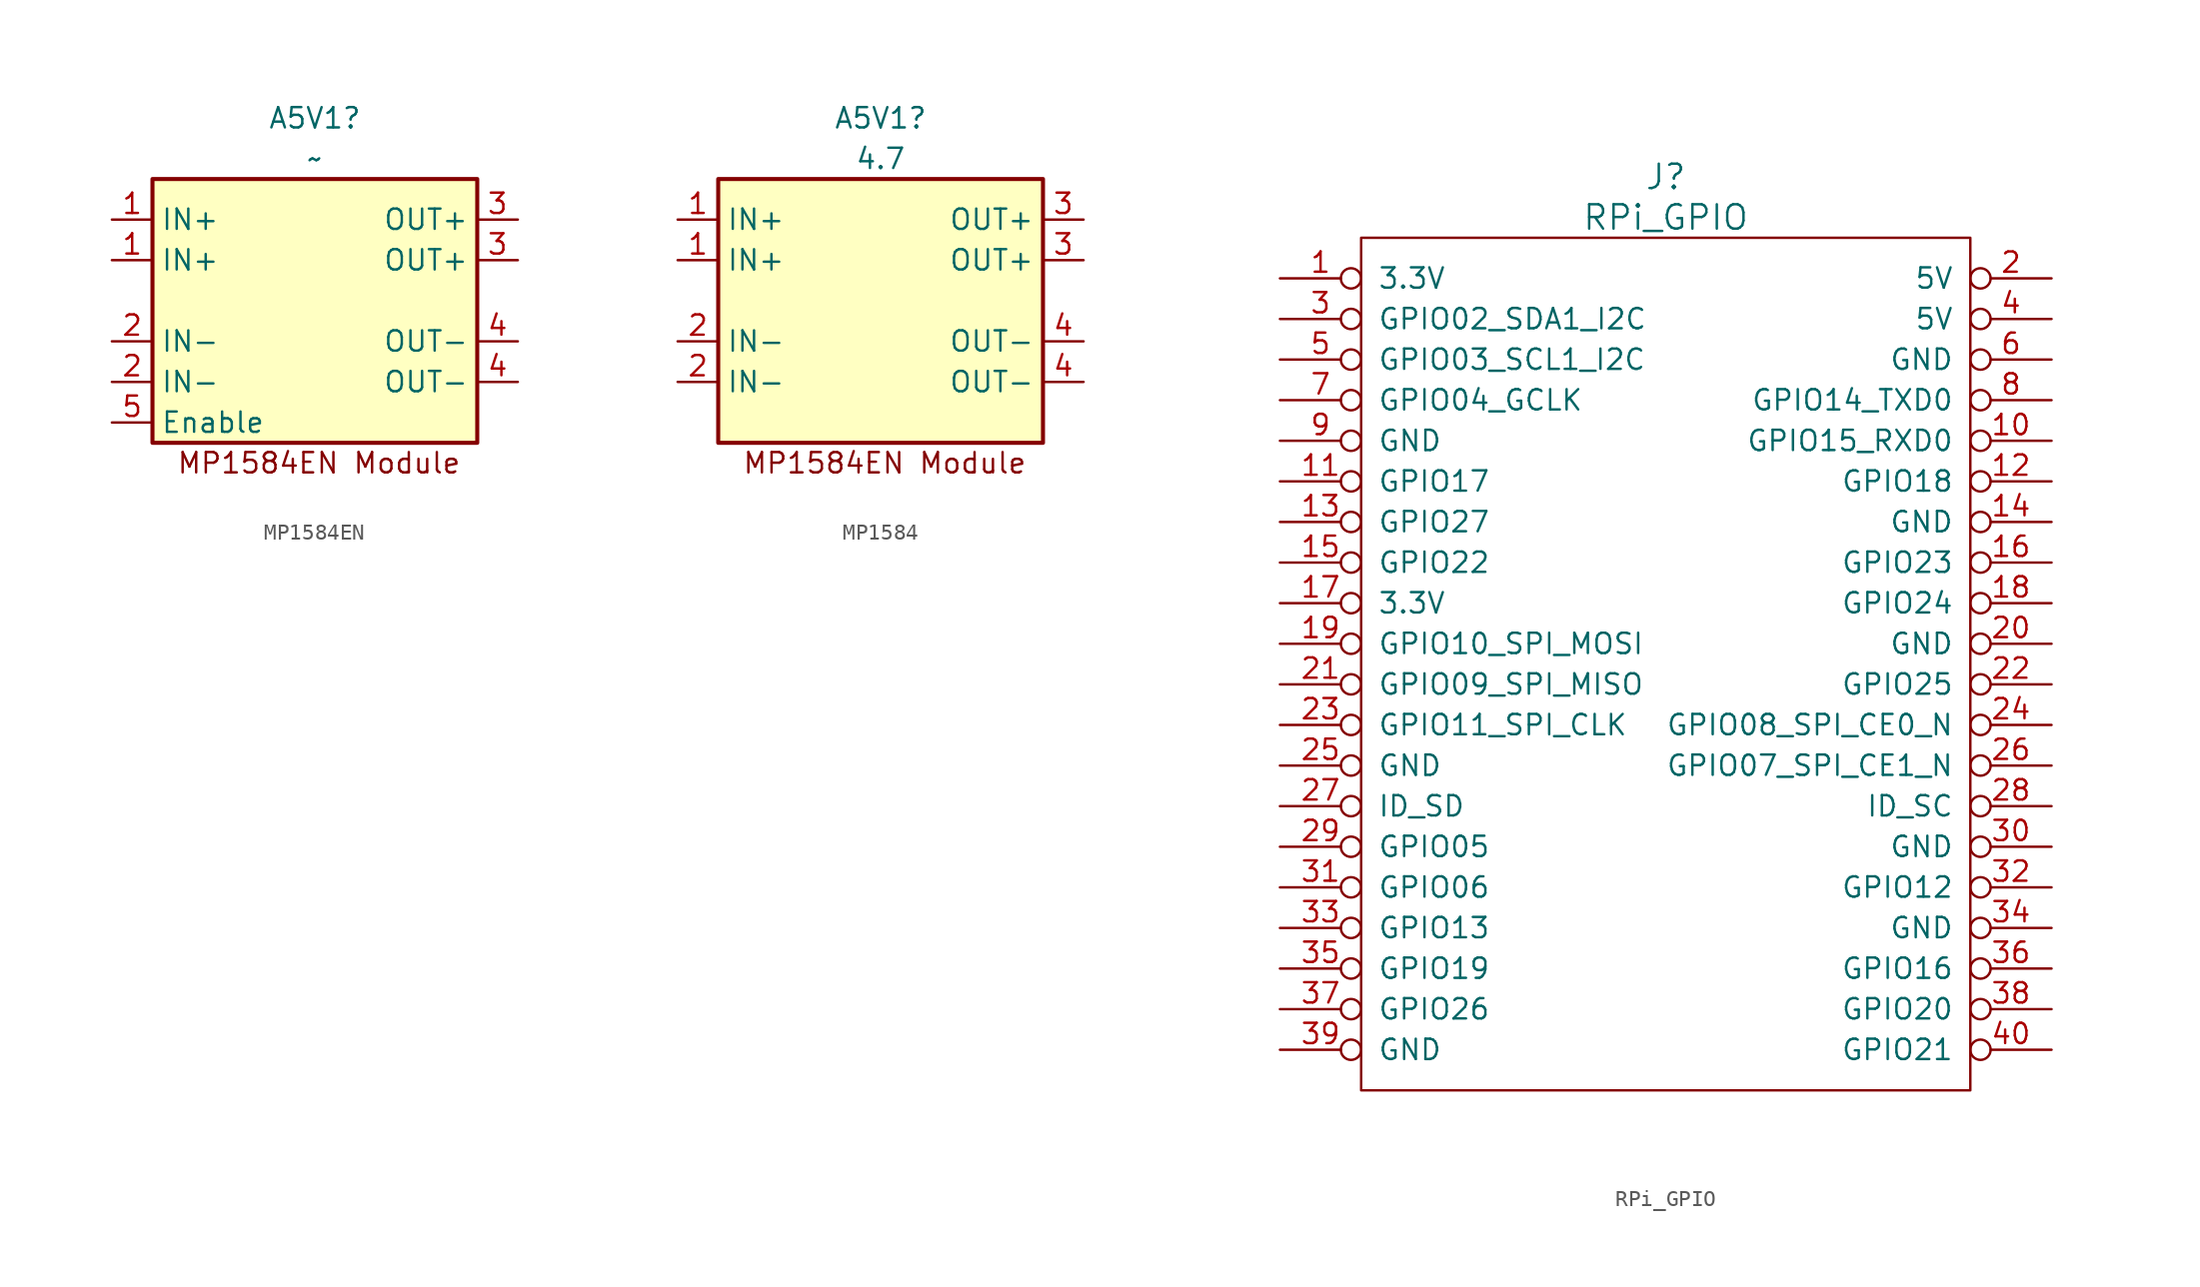
<source format=kicad_sym>
(kicad_symbol_lib
  (version 20241209)
  (generator "kicad_symbol_editor")
  (generator_version "9.0")
  (symbol "MP1584EN"
    (property "Reference" "A5V1"
      (at -10.16 2.54 0)
      (effects (font (size 1.27 1.27))))
    (property "Value" "~"
      (at -10.16 0 0)
      (effects (font (size 1.27 1.27))))
    (symbol "MP1584EN_0_1"
      (rectangle (start -20.32 -1.27) (end 0 -17.78) (stroke (width 0.254) (type default)) (fill (type background))))
    (symbol "MP1584EN_1_1"
      (text "MP1584EN Module" (at -9.906 -19.05 0) (effects (font (size 1.27 1.27))))
      (pin power_in line (at -22.86 -3.81 0) (length 2.54) (name "IN+" (effects (font (size 1.27 1.27)))) (number "1" (effects (font (size 1.27 1.27)))))
      (pin power_in line (at -22.86 -6.35 0) (length 2.54) (name "IN+" (effects (font (size 1.27 1.27)))) (number "1" (effects (font (size 1.27 1.27)))))
      (pin power_in line (at -22.86 -11.43 0) (length 2.54) (name "IN-" (effects (font (size 1.27 1.27)))) (number "2" (effects (font (size 1.27 1.27)))))
      (pin power_in line (at -22.86 -13.97 0) (length 2.54) (name "IN-" (effects (font (size 1.27 1.27)))) (number "2" (effects (font (size 1.27 1.27)))))
      (pin input line (at -22.86 -16.51 0) (length 2.54) (name "Enable" (effects (font (size 1.27 1.27)))) (number "5" (effects (font (size 1.27 1.27)))))
      (pin power_out line (at 2.54 -3.81 180) (length 2.54) (name "OUT+" (effects (font (size 1.27 1.27)))) (number "3" (effects (font (size 1.27 1.27)))))
      (pin power_out line (at 2.54 -6.35 180) (length 2.54) (name "OUT+" (effects (font (size 1.27 1.27)))) (number "3" (effects (font (size 1.27 1.27)))))
      (pin power_out line (at 2.54 -11.43 180) (length 2.54) (name "OUT-" (effects (font (size 1.27 1.27)))) (number "4" (effects (font (size 1.27 1.27)))))
      (pin power_out line (at 2.54 -13.97 180) (length 2.54) (name "OUT-" (effects (font (size 1.27 1.27)))) (number "4" (effects (font (size 1.27 1.27)))))))
  (symbol "MP1584"
    (property "Reference" "A5V1"
      (at -10.16 2.54 0)
      (effects (font (size 1.27 1.27))))
    (property "Value" "4.7"
      (at -10.16 0 0)
      (effects (font (size 1.27 1.27))))
    (symbol "MP1584_0_1"
      (rectangle (start -20.32 -1.27) (end 0 -17.78) (stroke (width 0.254) (type default)) (fill (type background))))
    (symbol "MP1584_1_1"
      (text "MP1584EN Module" (at -9.906 -19.05 0) (effects (font (size 1.27 1.27))))
      (pin power_in line (at -22.86 -3.81 0) (length 2.54) (name "IN+" (effects (font (size 1.27 1.27)))) (number "1" (effects (font (size 1.27 1.27)))))
      (pin power_in line (at -22.86 -6.35 0) (length 2.54) (name "IN+" (effects (font (size 1.27 1.27)))) (number "1" (effects (font (size 1.27 1.27)))))
      (pin power_in line (at -22.86 -11.43 0) (length 2.54) (name "IN-" (effects (font (size 1.27 1.27)))) (number "2" (effects (font (size 1.27 1.27)))))
      (pin power_in line (at -22.86 -13.97 0) (length 2.54) (name "IN-" (effects (font (size 1.27 1.27)))) (number "2" (effects (font (size 1.27 1.27)))))
      (pin power_out line (at 2.54 -3.81 180) (length 2.54) (name "OUT+" (effects (font (size 1.27 1.27)))) (number "3" (effects (font (size 1.27 1.27)))))
      (pin power_out line (at 2.54 -6.35 180) (length 2.54) (name "OUT+" (effects (font (size 1.27 1.27)))) (number "3" (effects (font (size 1.27 1.27)))))
      (pin power_out line (at 2.54 -11.43 180) (length 2.54) (name "OUT-" (effects (font (size 1.27 1.27)))) (number "4" (effects (font (size 1.27 1.27)))))
      (pin power_out line (at 2.54 -13.97 180) (length 2.54) (name "OUT-" (effects (font (size 1.27 1.27)))) (number "4" (effects (font (size 1.27 1.27)))))))
  (symbol "RPi_GPIO"
    (pin_names
      (offset 1.016))
    (property "Reference" "J"
      (at 19.05 6.35 0)
      (effects (font (size 1.524 1.524))))
    (property "Value" "RPi_GPIO"
      (at 19.05 3.81 0)
      (effects (font (size 1.524 1.524))))
    (property "Footprint" ""
      (at 0 0 0)
      (effects (font (size 1.524 1.524))))
    (property "Datasheet" ""
      (at 0 0 0)
      (effects (font (size 1.524 1.524))))
    (symbol "RPi_GPIO_0_1"
      (rectangle (start 0 2.54) (end 38.1 -50.8) (stroke (width 0) (type solid)) (fill (type none))))
    (symbol "RPi_GPIO_1_1"
      (pin power_in inverted (at -5.08 0 0) (length 5.08) (name "3.3V" (effects (font (size 1.27 1.27)))) (number "1" (effects (font (size 1.27 1.27)))))
      (pin bidirectional inverted (at -5.08 -2.54 0) (length 5.08) (name "GPIO02_SDA1_I2C" (effects (font (size 1.27 1.27)))) (number "3" (effects (font (size 1.27 1.27)))))
      (pin bidirectional inverted (at -5.08 -5.08 0) (length 5.08) (name "GPIO03_SCL1_I2C" (effects (font (size 1.27 1.27)))) (number "5" (effects (font (size 1.27 1.27)))))
      (pin bidirectional inverted (at -5.08 -7.62 0) (length 5.08) (name "GPIO04_GCLK" (effects (font (size 1.27 1.27)))) (number "7" (effects (font (size 1.27 1.27)))))
      (pin power_in inverted (at -5.08 -10.16 0) (length 5.08) (name "GND" (effects (font (size 1.27 1.27)))) (number "9" (effects (font (size 1.27 1.27)))))
      (pin bidirectional inverted (at -5.08 -12.7 0) (length 5.08) (name "GPIO17" (effects (font (size 1.27 1.27)))) (number "11" (effects (font (size 1.27 1.27)))))
      (pin bidirectional inverted (at -5.08 -15.24 0) (length 5.08) (name "GPIO27" (effects (font (size 1.27 1.27)))) (number "13" (effects (font (size 1.27 1.27)))))
      (pin bidirectional inverted (at -5.08 -17.78 0) (length 5.08) (name "GPIO22" (effects (font (size 1.27 1.27)))) (number "15" (effects (font (size 1.27 1.27)))))
      (pin power_in inverted (at -5.08 -20.32 0) (length 5.08) (name "3.3V" (effects (font (size 1.27 1.27)))) (number "17" (effects (font (size 1.27 1.27)))))
      (pin bidirectional inverted (at -5.08 -22.86 0) (length 5.08) (name "GPIO10_SPI_MOSI" (effects (font (size 1.27 1.27)))) (number "19" (effects (font (size 1.27 1.27)))))
      (pin bidirectional inverted (at -5.08 -25.4 0) (length 5.08) (name "GPIO09_SPI_MISO" (effects (font (size 1.27 1.27)))) (number "21" (effects (font (size 1.27 1.27)))))
      (pin bidirectional inverted (at -5.08 -27.94 0) (length 5.08) (name "GPIO11_SPI_CLK" (effects (font (size 1.27 1.27)))) (number "23" (effects (font (size 1.27 1.27)))))
      (pin power_in inverted (at -5.08 -30.48 0) (length 5.08) (name "GND" (effects (font (size 1.27 1.27)))) (number "25" (effects (font (size 1.27 1.27)))))
      (pin bidirectional inverted (at -5.08 -33.02 0) (length 5.08) (name "ID_SD" (effects (font (size 1.27 1.27)))) (number "27" (effects (font (size 1.27 1.27)))))
      (pin bidirectional inverted (at -5.08 -35.56 0) (length 5.08) (name "GPIO05" (effects (font (size 1.27 1.27)))) (number "29" (effects (font (size 1.27 1.27)))))
      (pin bidirectional inverted (at -5.08 -38.1 0) (length 5.08) (name "GPIO06" (effects (font (size 1.27 1.27)))) (number "31" (effects (font (size 1.27 1.27)))))
      (pin bidirectional inverted (at -5.08 -40.64 0) (length 5.08) (name "GPIO13" (effects (font (size 1.27 1.27)))) (number "33" (effects (font (size 1.27 1.27)))))
      (pin bidirectional inverted (at -5.08 -43.18 0) (length 5.08) (name "GPIO19" (effects (font (size 1.27 1.27)))) (number "35" (effects (font (size 1.27 1.27)))))
      (pin bidirectional inverted (at -5.08 -45.72 0) (length 5.08) (name "GPIO26" (effects (font (size 1.27 1.27)))) (number "37" (effects (font (size 1.27 1.27)))))
      (pin power_in inverted (at -5.08 -48.26 0) (length 5.08) (name "GND" (effects (font (size 1.27 1.27)))) (number "39" (effects (font (size 1.27 1.27)))))
      (pin power_in inverted (at 43.18 0 180) (length 5.08) (name "5V" (effects (font (size 1.27 1.27)))) (number "2" (effects (font (size 1.27 1.27)))))
      (pin power_in inverted (at 43.18 -2.54 180) (length 5.08) (name "5V" (effects (font (size 1.27 1.27)))) (number "4" (effects (font (size 1.27 1.27)))))
      (pin power_in inverted (at 43.18 -5.08 180) (length 5.08) (name "GND" (effects (font (size 1.27 1.27)))) (number "6" (effects (font (size 1.27 1.27)))))
      (pin bidirectional inverted (at 43.18 -7.62 180) (length 5.08) (name "GPIO14_TXD0" (effects (font (size 1.27 1.27)))) (number "8" (effects (font (size 1.27 1.27)))))
      (pin bidirectional inverted (at 43.18 -10.16 180) (length 5.08) (name "GPIO15_RXD0" (effects (font (size 1.27 1.27)))) (number "10" (effects (font (size 1.27 1.27)))))
      (pin bidirectional inverted (at 43.18 -12.7 180) (length 5.08) (name "GPIO18" (effects (font (size 1.27 1.27)))) (number "12" (effects (font (size 1.27 1.27)))))
      (pin power_in inverted (at 43.18 -15.24 180) (length 5.08) (name "GND" (effects (font (size 1.27 1.27)))) (number "14" (effects (font (size 1.27 1.27)))))
      (pin bidirectional inverted (at 43.18 -17.78 180) (length 5.08) (name "GPIO23" (effects (font (size 1.27 1.27)))) (number "16" (effects (font (size 1.27 1.27)))))
      (pin bidirectional inverted (at 43.18 -20.32 180) (length 5.08) (name "GPIO24" (effects (font (size 1.27 1.27)))) (number "18" (effects (font (size 1.27 1.27)))))
      (pin power_in inverted (at 43.18 -22.86 180) (length 5.08) (name "GND" (effects (font (size 1.27 1.27)))) (number "20" (effects (font (size 1.27 1.27)))))
      (pin bidirectional inverted (at 43.18 -25.4 180) (length 5.08) (name "GPIO25" (effects (font (size 1.27 1.27)))) (number "22" (effects (font (size 1.27 1.27)))))
      (pin bidirectional inverted (at 43.18 -27.94 180) (length 5.08) (name "GPIO08_SPI_CE0_N" (effects (font (size 1.27 1.27)))) (number "24" (effects (font (size 1.27 1.27)))))
      (pin bidirectional inverted (at 43.18 -30.48 180) (length 5.08) (name "GPIO07_SPI_CE1_N" (effects (font (size 1.27 1.27)))) (number "26" (effects (font (size 1.27 1.27)))))
      (pin bidirectional inverted (at 43.18 -33.02 180) (length 5.08) (name "ID_SC" (effects (font (size 1.27 1.27)))) (number "28" (effects (font (size 1.27 1.27)))))
      (pin power_in inverted (at 43.18 -35.56 180) (length 5.08) (name "GND" (effects (font (size 1.27 1.27)))) (number "30" (effects (font (size 1.27 1.27)))))
      (pin bidirectional inverted (at 43.18 -38.1 180) (length 5.08) (name "GPIO12" (effects (font (size 1.27 1.27)))) (number "32" (effects (font (size 1.27 1.27)))))
      (pin power_in inverted (at 43.18 -40.64 180) (length 5.08) (name "GND" (effects (font (size 1.27 1.27)))) (number "34" (effects (font (size 1.27 1.27)))))
      (pin bidirectional inverted (at 43.18 -43.18 180) (length 5.08) (name "GPIO16" (effects (font (size 1.27 1.27)))) (number "36" (effects (font (size 1.27 1.27)))))
      (pin bidirectional inverted (at 43.18 -45.72 180) (length 5.08) (name "GPIO20" (effects (font (size 1.27 1.27)))) (number "38" (effects (font (size 1.27 1.27)))))
      (pin bidirectional inverted (at 43.18 -48.26 180) (length 5.08) (name "GPIO21" (effects (font (size 1.27 1.27)))) (number "40" (effects (font (size 1.27 1.27))))))))
</source>
